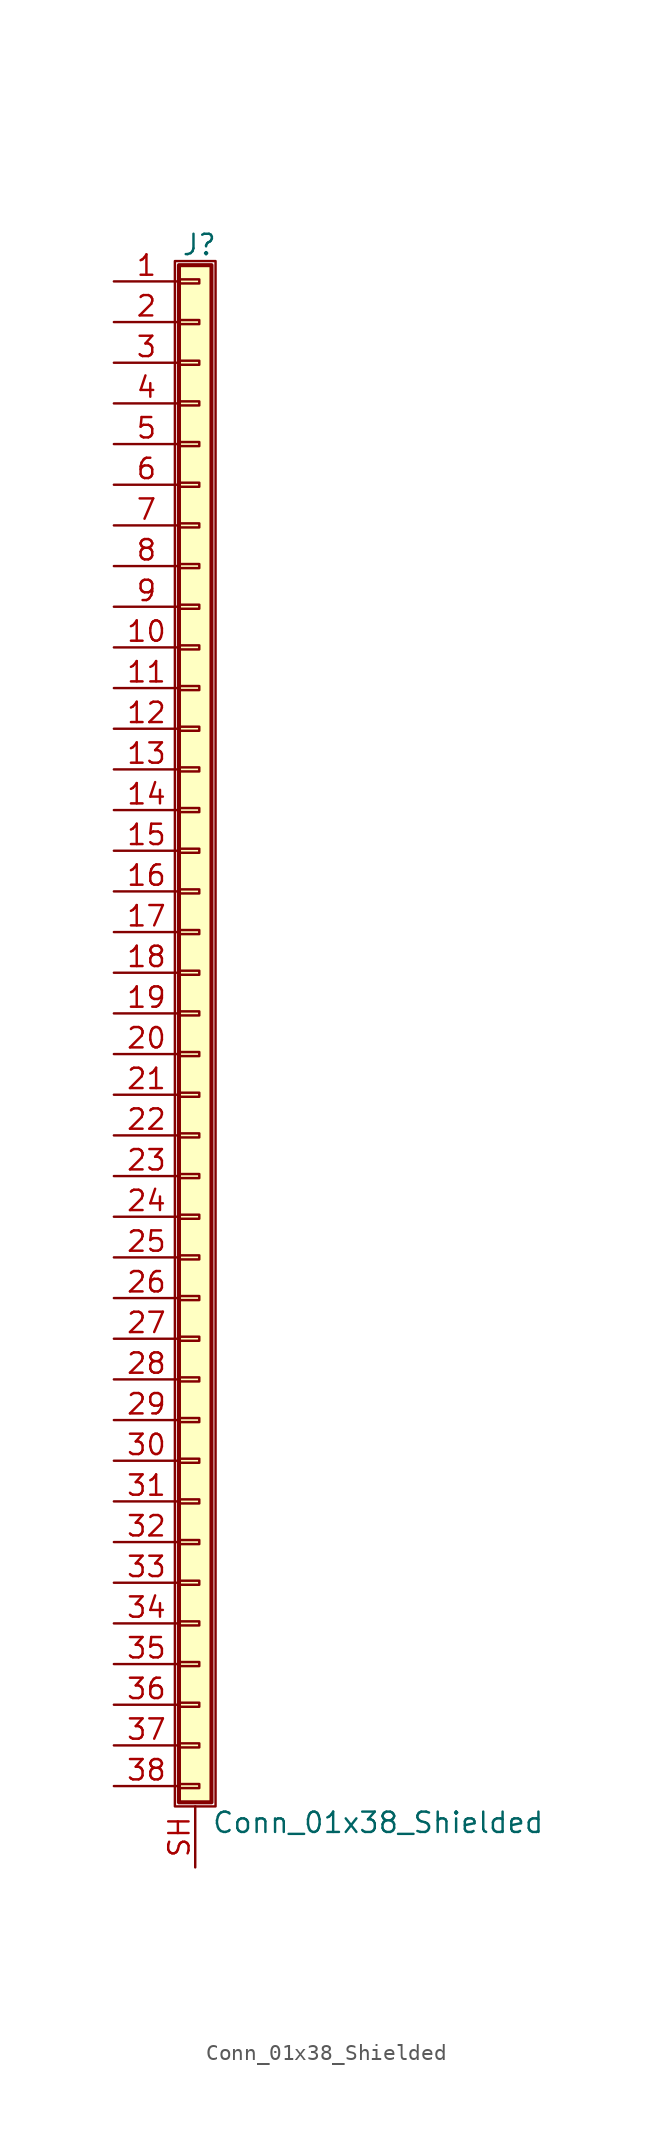
<source format=kicad_sym>
(kicad_symbol_lib
  (version 20211014)
  (generator kicad_symbol_editor)
  (symbol "Conn_01x38_Shielded"
    (pin_names
      (offset 1.016) hide)
    (property "Reference" "J"
      (at 0.254 48.006 0)
      (effects (font (size 1.27 1.27))))
    (property "Value" "Conn_01x38_Shielded"
      (at 1.016 -50.546 0)
      (effects (font (size 1.27 1.27)) (justify left)))
    (symbol "Conn_01x38_Shielded_1_1"
      (rectangle (start -1.27 46.99) (end 1.27 -49.53) (stroke (width 0.152) (type default) (color 0 0 0 0)) (fill (type none)))
      (rectangle (start -1.016 -48.133) (end 0.254 -48.387) (stroke (width 0.152) (type default) (color 0 0 0 0)) (fill (type none)))
      (rectangle (start -1.016 -45.593) (end 0.254 -45.847) (stroke (width 0.152) (type default) (color 0 0 0 0)) (fill (type none)))
      (rectangle (start -1.016 -43.053) (end 0.254 -43.307) (stroke (width 0.152) (type default) (color 0 0 0 0)) (fill (type none)))
      (rectangle (start -1.016 -40.513) (end 0.254 -40.767) (stroke (width 0.152) (type default) (color 0 0 0 0)) (fill (type none)))
      (rectangle (start -1.016 -37.973) (end 0.254 -38.227) (stroke (width 0.152) (type default) (color 0 0 0 0)) (fill (type none)))
      (rectangle (start -1.016 -35.433) (end 0.254 -35.687) (stroke (width 0.152) (type default) (color 0 0 0 0)) (fill (type none)))
      (rectangle (start -1.016 -32.893) (end 0.254 -33.147) (stroke (width 0.152) (type default) (color 0 0 0 0)) (fill (type none)))
      (rectangle (start -1.016 -30.353) (end 0.254 -30.607) (stroke (width 0.152) (type default) (color 0 0 0 0)) (fill (type none)))
      (rectangle (start -1.016 -27.813) (end 0.254 -28.067) (stroke (width 0.152) (type default) (color 0 0 0 0)) (fill (type none)))
      (rectangle (start -1.016 -25.273) (end 0.254 -25.527) (stroke (width 0.152) (type default) (color 0 0 0 0)) (fill (type none)))
      (rectangle (start -1.016 -22.733) (end 0.254 -22.987) (stroke (width 0.152) (type default) (color 0 0 0 0)) (fill (type none)))
      (rectangle (start -1.016 -20.193) (end 0.254 -20.447) (stroke (width 0.152) (type default) (color 0 0 0 0)) (fill (type none)))
      (rectangle (start -1.016 -17.653) (end 0.254 -17.907) (stroke (width 0.152) (type default) (color 0 0 0 0)) (fill (type none)))
      (rectangle (start -1.016 -15.113) (end 0.254 -15.367) (stroke (width 0.152) (type default) (color 0 0 0 0)) (fill (type none)))
      (rectangle (start -1.016 -12.573) (end 0.254 -12.827) (stroke (width 0.152) (type default) (color 0 0 0 0)) (fill (type none)))
      (rectangle (start -1.016 -10.033) (end 0.254 -10.287) (stroke (width 0.152) (type default) (color 0 0 0 0)) (fill (type none)))
      (rectangle (start -1.016 -7.493) (end 0.254 -7.747) (stroke (width 0.152) (type default) (color 0 0 0 0)) (fill (type none)))
      (rectangle (start -1.016 -4.953) (end 0.254 -5.207) (stroke (width 0.152) (type default) (color 0 0 0 0)) (fill (type none)))
      (rectangle (start -1.016 -2.413) (end 0.254 -2.667) (stroke (width 0.152) (type default) (color 0 0 0 0)) (fill (type none)))
      (rectangle (start -1.016 0.127) (end 0.254 -0.127) (stroke (width 0.152) (type default) (color 0 0 0 0)) (fill (type none)))
      (rectangle (start -1.016 2.667) (end 0.254 2.413) (stroke (width 0.152) (type default) (color 0 0 0 0)) (fill (type none)))
      (rectangle (start -1.016 5.207) (end 0.254 4.953) (stroke (width 0.152) (type default) (color 0 0 0 0)) (fill (type none)))
      (rectangle (start -1.016 7.747) (end 0.254 7.493) (stroke (width 0.152) (type default) (color 0 0 0 0)) (fill (type none)))
      (rectangle (start -1.016 10.287) (end 0.254 10.033) (stroke (width 0.152) (type default) (color 0 0 0 0)) (fill (type none)))
      (rectangle (start -1.016 12.827) (end 0.254 12.573) (stroke (width 0.152) (type default) (color 0 0 0 0)) (fill (type none)))
      (rectangle (start -1.016 15.367) (end 0.254 15.113) (stroke (width 0.152) (type default) (color 0 0 0 0)) (fill (type none)))
      (rectangle (start -1.016 17.907) (end 0.254 17.653) (stroke (width 0.152) (type default) (color 0 0 0 0)) (fill (type none)))
      (rectangle (start -1.016 20.447) (end 0.254 20.193) (stroke (width 0.152) (type default) (color 0 0 0 0)) (fill (type none)))
      (rectangle (start -1.016 22.987) (end 0.254 22.733) (stroke (width 0.152) (type default) (color 0 0 0 0)) (fill (type none)))
      (rectangle (start -1.016 25.527) (end 0.254 25.273) (stroke (width 0.152) (type default) (color 0 0 0 0)) (fill (type none)))
      (rectangle (start -1.016 28.067) (end 0.254 27.813) (stroke (width 0.152) (type default) (color 0 0 0 0)) (fill (type none)))
      (rectangle (start -1.016 30.607) (end 0.254 30.353) (stroke (width 0.152) (type default) (color 0 0 0 0)) (fill (type none)))
      (rectangle (start -1.016 33.147) (end 0.254 32.893) (stroke (width 0.152) (type default) (color 0 0 0 0)) (fill (type none)))
      (rectangle (start -1.016 35.687) (end 0.254 35.433) (stroke (width 0.152) (type default) (color 0 0 0 0)) (fill (type none)))
      (rectangle (start -1.016 38.227) (end 0.254 37.973) (stroke (width 0.152) (type default) (color 0 0 0 0)) (fill (type none)))
      (rectangle (start -1.016 40.767) (end 0.254 40.513) (stroke (width 0.152) (type default) (color 0 0 0 0)) (fill (type none)))
      (rectangle (start -1.016 43.307) (end 0.254 43.053) (stroke (width 0.152) (type default) (color 0 0 0 0)) (fill (type none)))
      (rectangle (start -1.016 45.847) (end 0.254 45.593) (stroke (width 0.152) (type default) (color 0 0 0 0)) (fill (type none)))
      (rectangle (start -1.016 46.736) (end 1.016 -49.276) (stroke (width 0.254) (type default) (color 0 0 0 0)) (fill (type background)))
      (pin passive line (at -5.08 45.72 0) (length 4.064) (name "Pin_1" (effects (font (size 1.27 1.27)))) (number "1" (effects (font (size 1.27 1.27)))))
      (pin passive line (at -5.08 22.86 0) (length 4.064) (name "Pin_10" (effects (font (size 1.27 1.27)))) (number "10" (effects (font (size 1.27 1.27)))))
      (pin passive line (at -5.08 20.32 0) (length 4.064) (name "Pin_11" (effects (font (size 1.27 1.27)))) (number "11" (effects (font (size 1.27 1.27)))))
      (pin passive line (at -5.08 17.78 0) (length 4.064) (name "Pin_12" (effects (font (size 1.27 1.27)))) (number "12" (effects (font (size 1.27 1.27)))))
      (pin passive line (at -5.08 15.24 0) (length 4.064) (name "Pin_13" (effects (font (size 1.27 1.27)))) (number "13" (effects (font (size 1.27 1.27)))))
      (pin passive line (at -5.08 12.7 0) (length 4.064) (name "Pin_14" (effects (font (size 1.27 1.27)))) (number "14" (effects (font (size 1.27 1.27)))))
      (pin passive line (at -5.08 10.16 0) (length 4.064) (name "Pin_15" (effects (font (size 1.27 1.27)))) (number "15" (effects (font (size 1.27 1.27)))))
      (pin passive line (at -5.08 7.62 0) (length 4.064) (name "Pin_16" (effects (font (size 1.27 1.27)))) (number "16" (effects (font (size 1.27 1.27)))))
      (pin passive line (at -5.08 5.08 0) (length 4.064) (name "Pin_17" (effects (font (size 1.27 1.27)))) (number "17" (effects (font (size 1.27 1.27)))))
      (pin passive line (at -5.08 2.54 0) (length 4.064) (name "Pin_18" (effects (font (size 1.27 1.27)))) (number "18" (effects (font (size 1.27 1.27)))))
      (pin passive line (at -5.08 0 0) (length 4.064) (name "Pin_19" (effects (font (size 1.27 1.27)))) (number "19" (effects (font (size 1.27 1.27)))))
      (pin passive line (at -5.08 43.18 0) (length 4.064) (name "Pin_2" (effects (font (size 1.27 1.27)))) (number "2" (effects (font (size 1.27 1.27)))))
      (pin passive line (at -5.08 -2.54 0) (length 4.064) (name "Pin_20" (effects (font (size 1.27 1.27)))) (number "20" (effects (font (size 1.27 1.27)))))
      (pin passive line (at -5.08 -5.08 0) (length 4.064) (name "Pin_21" (effects (font (size 1.27 1.27)))) (number "21" (effects (font (size 1.27 1.27)))))
      (pin passive line (at -5.08 -7.62 0) (length 4.064) (name "Pin_22" (effects (font (size 1.27 1.27)))) (number "22" (effects (font (size 1.27 1.27)))))
      (pin passive line (at -5.08 -10.16 0) (length 4.064) (name "Pin_23" (effects (font (size 1.27 1.27)))) (number "23" (effects (font (size 1.27 1.27)))))
      (pin passive line (at -5.08 -12.7 0) (length 4.064) (name "Pin_24" (effects (font (size 1.27 1.27)))) (number "24" (effects (font (size 1.27 1.27)))))
      (pin passive line (at -5.08 -15.24 0) (length 4.064) (name "Pin_25" (effects (font (size 1.27 1.27)))) (number "25" (effects (font (size 1.27 1.27)))))
      (pin passive line (at -5.08 -17.78 0) (length 4.064) (name "Pin_26" (effects (font (size 1.27 1.27)))) (number "26" (effects (font (size 1.27 1.27)))))
      (pin passive line (at -5.08 -20.32 0) (length 4.064) (name "Pin_27" (effects (font (size 1.27 1.27)))) (number "27" (effects (font (size 1.27 1.27)))))
      (pin passive line (at -5.08 -22.86 0) (length 4.064) (name "Pin_28" (effects (font (size 1.27 1.27)))) (number "28" (effects (font (size 1.27 1.27)))))
      (pin passive line (at -5.08 -25.4 0) (length 4.064) (name "Pin_29" (effects (font (size 1.27 1.27)))) (number "29" (effects (font (size 1.27 1.27)))))
      (pin passive line (at -5.08 40.64 0) (length 4.064) (name "Pin_3" (effects (font (size 1.27 1.27)))) (number "3" (effects (font (size 1.27 1.27)))))
      (pin passive line (at -5.08 -27.94 0) (length 4.064) (name "Pin_30" (effects (font (size 1.27 1.27)))) (number "30" (effects (font (size 1.27 1.27)))))
      (pin passive line (at -5.08 -30.48 0) (length 4.064) (name "Pin_31" (effects (font (size 1.27 1.27)))) (number "31" (effects (font (size 1.27 1.27)))))
      (pin passive line (at -5.08 -33.02 0) (length 4.064) (name "Pin_32" (effects (font (size 1.27 1.27)))) (number "32" (effects (font (size 1.27 1.27)))))
      (pin passive line (at -5.08 -35.56 0) (length 4.064) (name "Pin_33" (effects (font (size 1.27 1.27)))) (number "33" (effects (font (size 1.27 1.27)))))
      (pin passive line (at -5.08 -38.1 0) (length 4.064) (name "Pin_34" (effects (font (size 1.27 1.27)))) (number "34" (effects (font (size 1.27 1.27)))))
      (pin passive line (at -5.08 -40.64 0) (length 4.064) (name "Pin_35" (effects (font (size 1.27 1.27)))) (number "35" (effects (font (size 1.27 1.27)))))
      (pin passive line (at -5.08 -43.18 0) (length 4.064) (name "Pin_36" (effects (font (size 1.27 1.27)))) (number "36" (effects (font (size 1.27 1.27)))))
      (pin passive line (at -5.08 -45.72 0) (length 4.064) (name "Pin_37" (effects (font (size 1.27 1.27)))) (number "37" (effects (font (size 1.27 1.27)))))
      (pin passive line (at -5.08 -48.26 0) (length 4.064) (name "Pin_38" (effects (font (size 1.27 1.27)))) (number "38" (effects (font (size 1.27 1.27)))))
      (pin passive line (at -5.08 38.1 0) (length 4.064) (name "Pin_4" (effects (font (size 1.27 1.27)))) (number "4" (effects (font (size 1.27 1.27)))))
      (pin passive line (at -5.08 35.56 0) (length 4.064) (name "Pin_5" (effects (font (size 1.27 1.27)))) (number "5" (effects (font (size 1.27 1.27)))))
      (pin passive line (at -5.08 33.02 0) (length 4.064) (name "Pin_6" (effects (font (size 1.27 1.27)))) (number "6" (effects (font (size 1.27 1.27)))))
      (pin passive line (at -5.08 30.48 0) (length 4.064) (name "Pin_7" (effects (font (size 1.27 1.27)))) (number "7" (effects (font (size 1.27 1.27)))))
      (pin passive line (at -5.08 27.94 0) (length 4.064) (name "Pin_8" (effects (font (size 1.27 1.27)))) (number "8" (effects (font (size 1.27 1.27)))))
      (pin passive line (at -5.08 25.4 0) (length 4.064) (name "Pin_9" (effects (font (size 1.27 1.27)))) (number "9" (effects (font (size 1.27 1.27)))))
      (pin passive line (at 0 -53.34 90) (length 3.81) (name "Shield" (effects (font (size 1.27 1.27)))) (number "SH" (effects (font (size 1.27 1.27))))))))
</source>
